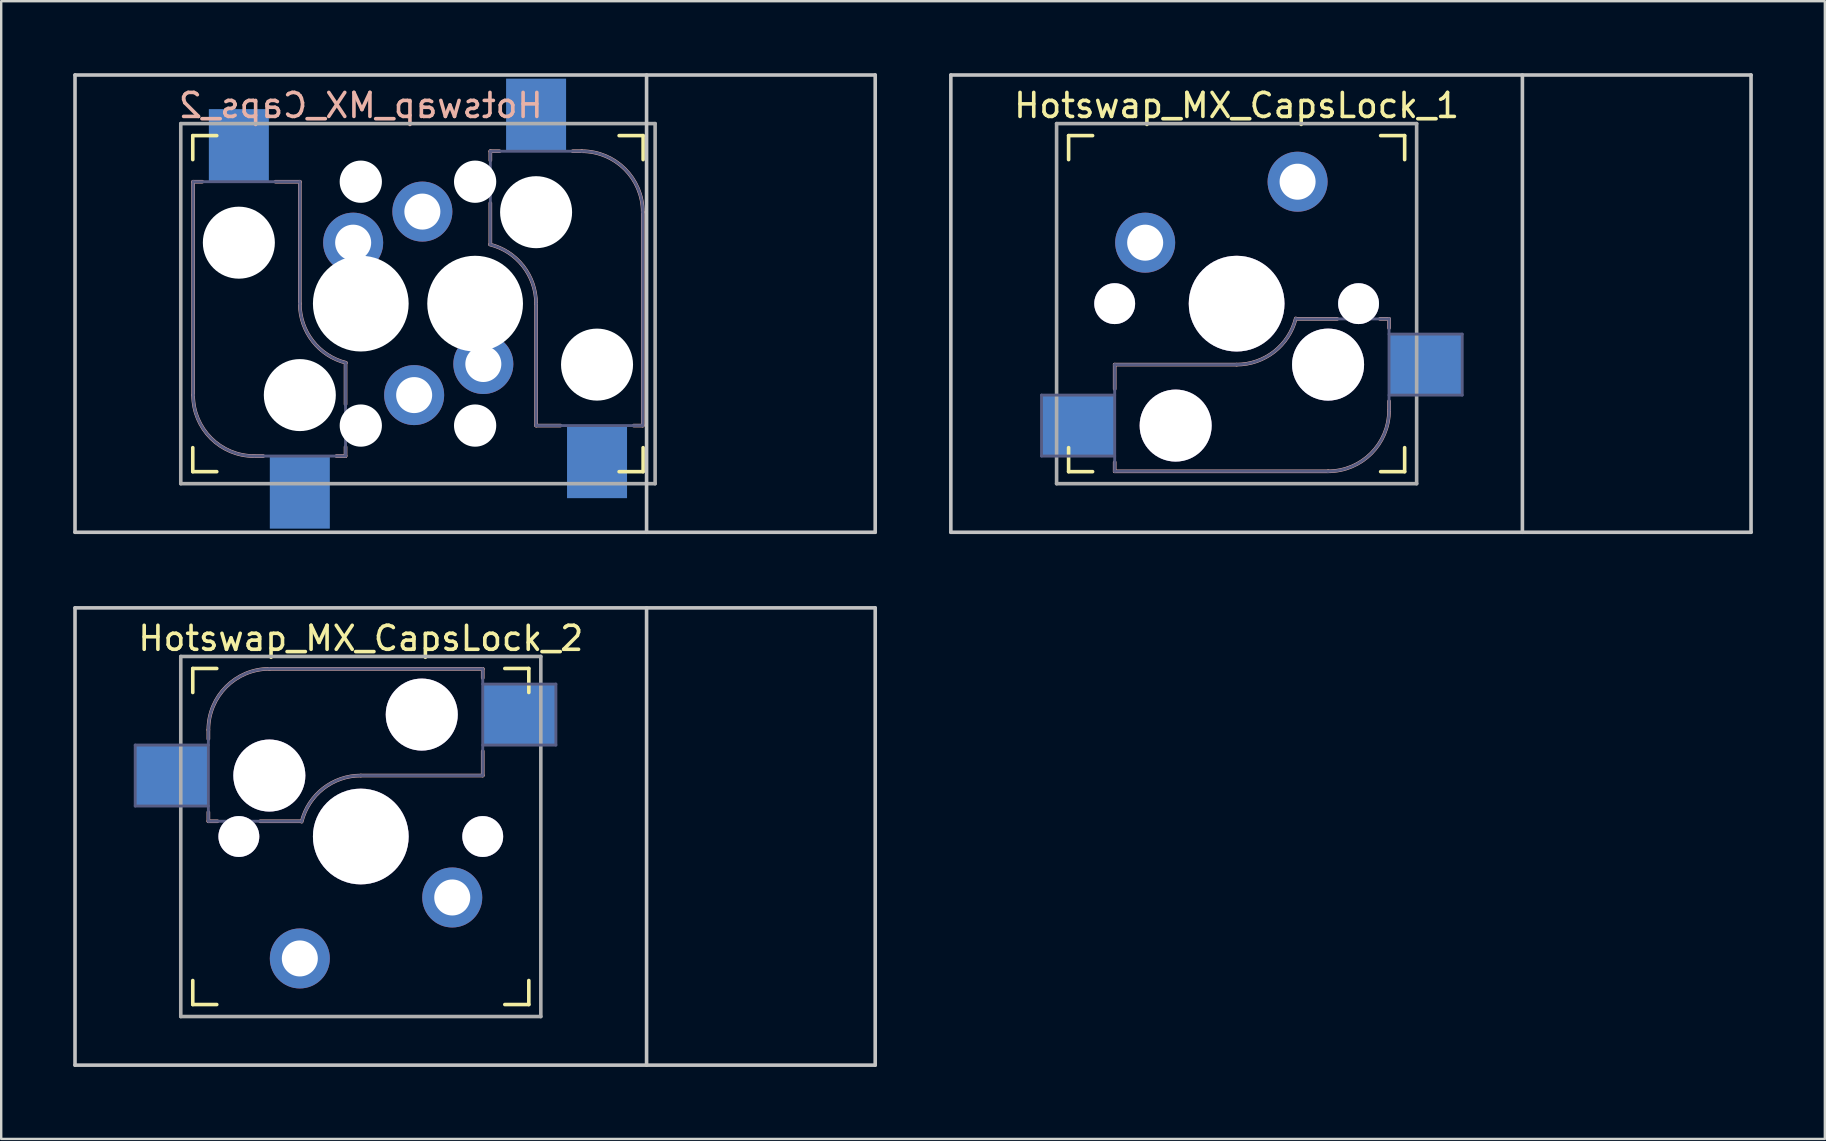
<source format=kicad_pcb>
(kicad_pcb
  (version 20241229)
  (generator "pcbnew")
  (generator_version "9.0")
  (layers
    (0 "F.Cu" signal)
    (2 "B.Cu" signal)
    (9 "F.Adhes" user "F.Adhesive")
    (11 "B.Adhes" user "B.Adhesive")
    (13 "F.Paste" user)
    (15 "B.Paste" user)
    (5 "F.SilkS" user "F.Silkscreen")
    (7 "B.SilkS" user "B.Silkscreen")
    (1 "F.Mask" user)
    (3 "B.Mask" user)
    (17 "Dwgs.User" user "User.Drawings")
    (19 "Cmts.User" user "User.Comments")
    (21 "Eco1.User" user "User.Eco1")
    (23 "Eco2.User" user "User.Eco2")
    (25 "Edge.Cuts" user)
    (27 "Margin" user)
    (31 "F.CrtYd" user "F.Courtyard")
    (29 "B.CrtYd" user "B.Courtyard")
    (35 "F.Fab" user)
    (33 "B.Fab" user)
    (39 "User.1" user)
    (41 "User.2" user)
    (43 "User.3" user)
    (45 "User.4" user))
  (footprint "Hotswap_MX_CapsLock_2"
    (layer "F.Cu")
    (at 11.981 31.8)
    (property "Reference" "Hotswap_MX_CapsLock_2" (at 0 -8.255 0) (layer "F.SilkS") (effects (font (size 1 1) (thickness 0.15))))
    (attr through_hole)
    (fp_line (start -7 -6) (end -7 -7) (stroke (width 0.15) (type solid)) (layer "F.SilkS"))
    (fp_line (start -7 7) (end -7 6) (stroke (width 0.15) (type solid)) (layer "F.SilkS"))
    (fp_line (start -7 7) (end -6 7) (stroke (width 0.15) (type solid)) (layer "F.SilkS"))
    (fp_line (start -6 -7) (end -7 -7) (stroke (width 0.15) (type solid)) (layer "F.SilkS"))
    (fp_line (start 6 7) (end 7 7) (stroke (width 0.15) (type solid)) (layer "F.SilkS"))
    (fp_line (start 7 -7) (end 6 -7) (stroke (width 0.15) (type solid)) (layer "F.SilkS"))
    (fp_line (start 7 -7) (end 7 -6) (stroke (width 0.15) (type solid)) (layer "F.SilkS"))
    (fp_line (start 7 6) (end 7 7) (stroke (width 0.15) (type solid)) (layer "F.SilkS"))
    (fp_line (start -6.35 -4.445) (end -6.35 -4.064) (stroke (width 0.15) (type solid)) (layer "B.SilkS"))
    (fp_line (start -6.35 -1.016) (end -6.35 -0.635) (stroke (width 0.15) (type solid)) (layer "B.SilkS"))
    (fp_line (start -6.35 -0.635) (end -5.969 -0.635) (stroke (width 0.15) (type solid)) (layer "B.SilkS"))
    (fp_line (start -4.191 -0.635) (end -2.54 -0.635) (stroke (width 0.15) (type solid)) (layer "B.SilkS"))
    (fp_line (start 0 -2.54) (end 5.08 -2.54) (stroke (width 0.15) (type solid)) (layer "B.SilkS"))
    (fp_line (start 5.08 -6.985) (end -3.81 -6.985) (stroke (width 0.15) (type solid)) (layer "B.SilkS"))
    (fp_line (start 5.08 -6.604) (end 5.08 -6.985) (stroke (width 0.15) (type solid)) (layer "B.SilkS"))
    (fp_line (start 5.08 -2.54) (end 5.08 -3.556) (stroke (width 0.15) (type solid)) (layer "B.SilkS"))
    (fp_arc (start -6.35 -4.445) (mid -5.606051 -6.241051) (end -3.81 -6.985) (stroke (width 0.15) (type solid)) (layer "B.SilkS"))
    (fp_arc (start -2.464162 -0.61604) (mid -1.563147 -2.002042) (end 0 -2.54) (stroke (width 0.15) (type solid)) (layer "B.SilkS"))
    (fp_line (start -11.906 -9.525) (end 21.431 -9.525) (stroke (width 0.15) (type solid)) (layer "Dwgs.User"))
    (fp_line (start -11.906 9.525) (end -11.906 -9.525) (stroke (width 0.15) (type solid)) (layer "Dwgs.User"))
    (fp_line (start -11.906 9.525) (end 21.431 9.525) (stroke (width 0.15) (type solid)) (layer "Dwgs.User"))
    (fp_line (start 11.906 -9.525) (end 11.906 9.525) (stroke (width 0.15) (type solid)) (layer "Dwgs.User"))
    (fp_line (start 21.431 -9.525) (end 21.431 9.525) (stroke (width 0.15) (type solid)) (layer "Dwgs.User"))
    (fp_line (start -6.9 6.9) (end -6.9 -6.9) (stroke (width 0.15) (type solid)) (layer "Eco2.User"))
    (fp_line (start -6.9 6.9) (end 6.9 6.9) (stroke (width 0.15) (type solid)) (layer "Eco2.User"))
    (fp_line (start 6.9 -6.9) (end -6.9 -6.9) (stroke (width 0.15) (type solid)) (layer "Eco2.User"))
    (fp_line (start 6.9 -6.9) (end 6.9 6.9) (stroke (width 0.15) (type solid)) (layer "Eco2.User"))
    (fp_line (start -9.398 -3.81) (end -9.398 -1.27) (stroke (width 0.12) (type solid)) (layer "B.Fab"))
    (fp_line (start -9.398 -1.27) (end -6.35 -1.27) (stroke (width 0.12) (type solid)) (layer "B.Fab"))
    (fp_line (start -6.35 -4.445) (end -6.35 -0.635) (stroke (width 0.12) (type solid)) (layer "B.Fab"))
    (fp_line (start -6.35 -3.81) (end -9.398 -3.81) (stroke (width 0.12) (type solid)) (layer "B.Fab"))
    (fp_line (start -6.35 -0.635) (end -2.54 -0.635) (stroke (width 0.12) (type solid)) (layer "B.Fab"))
    (fp_line (start 0 -2.54) (end 5.08 -2.54) (stroke (width 0.12) (type solid)) (layer "B.Fab"))
    (fp_line (start 5.08 -6.985) (end -3.81 -6.985) (stroke (width 0.12) (type solid)) (layer "B.Fab"))
    (fp_line (start 5.08 -3.81) (end 8.128 -3.81) (stroke (width 0.12) (type solid)) (layer "B.Fab"))
    (fp_line (start 5.08 -2.54) (end 5.08 -6.985) (stroke (width 0.12) (type solid)) (layer "B.Fab"))
    (fp_line (start 8.128 -6.35) (end 5.08 -6.35) (stroke (width 0.12) (type solid)) (layer "B.Fab"))
    (fp_line (start 8.128 -3.81) (end 8.128 -6.35) (stroke (width 0.12) (type solid)) (layer "B.Fab"))
    (fp_arc (start -6.35 -4.445) (mid -5.606051 -6.241051) (end -3.81 -6.985) (stroke (width 0.12) (type solid)) (layer "B.Fab"))
    (fp_arc (start -2.464162 -0.61604) (mid -1.563147 -2.002042) (end 0 -2.54) (stroke (width 0.12) (type solid)) (layer "B.Fab"))
    (fp_line (start -7.5 -7.5) (end 7.5 -7.5) (stroke (width 0.15) (type solid)) (layer "F.Fab"))
    (fp_line (start -7.5 7.5) (end -7.5 -7.5) (stroke (width 0.15) (type solid)) (layer "F.Fab"))
    (fp_line (start 7.5 -7.5) (end 7.5 7.5) (stroke (width 0.15) (type solid)) (layer "F.Fab"))
    (fp_line (start 7.5 7.5) (end -7.5 7.5) (stroke (width 0.15) (type solid)) (layer "F.Fab"))
    (pad "" thru_hole circle (at -5.08 0 180) (size 1.702 1.702) (drill 1.702) (layers "*.Cu" "*.Mask"))
    (pad "" thru_hole circle (at -3.81 -2.54 180) (size 3 3) (drill 3) (layers "*.Cu" "*.Mask"))
    (pad "" thru_hole circle (at 0 0 180) (size 3.988 3.988) (drill 3.988) (layers "*.Cu" "*.Mask"))
    (pad "" thru_hole circle (at 2.54 -5.08 180) (size 3 3) (drill 3) (layers "*.Cu" "*.Mask"))
    (pad "" thru_hole circle (at 5.08 0 180) (size 1.702 1.702) (drill 1.702) (layers "*.Cu" "*.Mask"))
    (pad "1" thru_hole circle (at -2.54 5.08 180) (size 2.5 2.5) (drill 1.5) (layers "*.Cu" "*.Mask"))
    (pad "1" smd rect (at 6.604 -5.08 180) (size 3 2.5) (layers "B.Cu" "B.Mask" "B.Paste"))
    (pad "2" smd rect (at -7.874 -2.54 180) (size 3 2.5) (layers "B.Cu" "B.Mask" "B.Paste"))
    (pad "2" thru_hole circle (at 3.81 2.54 180) (size 2.5 2.5) (drill 1.5) (layers "*.Cu" "*.Mask")))
  (footprint "Hotswap_MX_Caps_2"
    (layer "F.Cu")
    (at 11.981 9.6)
    (property "Reference" "Hotswap_MX_Caps_2" (at 0 -8.255 0) (layer "B.SilkS") (effects (font (size 1 1) (thickness 0.15)) (justify mirror)))
    (attr through_hole)
    (fp_line (start -7 -6) (end -7 -7) (stroke (width 0.15) (type solid)) (layer "F.SilkS"))
    (fp_line (start -7 7) (end -7 6) (stroke (width 0.15) (type solid)) (layer "F.SilkS"))
    (fp_line (start -7 7) (end -6 7) (stroke (width 0.15) (type solid)) (layer "F.SilkS"))
    (fp_line (start -6 -7) (end -7 -7) (stroke (width 0.15) (type solid)) (layer "F.SilkS"))
    (fp_line (start 10.762 7) (end 11.762 7) (stroke (width 0.15) (type solid)) (layer "F.SilkS"))
    (fp_line (start 11.762 -7) (end 10.762 -7) (stroke (width 0.15) (type solid)) (layer "F.SilkS"))
    (fp_line (start 11.762 -7) (end 11.762 -6) (stroke (width 0.15) (type solid)) (layer "F.SilkS"))
    (fp_line (start 11.762 6) (end 11.762 7) (stroke (width 0.15) (type solid)) (layer "F.SilkS"))
    (fp_line (start -6.985 -5.08) (end -6.985 3.81) (stroke (width 0.15) (type solid)) (layer "B.SilkS"))
    (fp_line (start -6.604 -5.08) (end -6.985 -5.08) (stroke (width 0.15) (type solid)) (layer "B.SilkS"))
    (fp_line (start -4.445 6.35) (end -4.064 6.35) (stroke (width 0.15) (type solid)) (layer "B.SilkS"))
    (fp_line (start -2.54 -5.08) (end -3.556 -5.08) (stroke (width 0.15) (type solid)) (layer "B.SilkS"))
    (fp_line (start -2.54 0) (end -2.54 -5.08) (stroke (width 0.15) (type solid)) (layer "B.SilkS"))
    (fp_line (start -1.016 6.35) (end -0.635 6.35) (stroke (width 0.15) (type solid)) (layer "B.SilkS"))
    (fp_line (start -0.635 4.191) (end -0.635 2.54) (stroke (width 0.15) (type solid)) (layer "B.SilkS"))
    (fp_line (start -0.635 6.35) (end -0.635 5.969) (stroke (width 0.15) (type solid)) (layer "B.SilkS"))
    (fp_line (start 5.397 -6.35) (end 5.397 -5.969) (stroke (width 0.15) (type solid)) (layer "B.SilkS"))
    (fp_line (start 5.397 -4.191) (end 5.397 -2.54) (stroke (width 0.15) (type solid)) (layer "B.SilkS"))
    (fp_line (start 5.779 -6.35) (end 5.397 -6.35) (stroke (width 0.15) (type solid)) (layer "B.SilkS"))
    (fp_line (start 7.303 0) (end 7.303 5.08) (stroke (width 0.15) (type solid)) (layer "B.SilkS"))
    (fp_line (start 7.303 5.08) (end 8.319 5.08) (stroke (width 0.15) (type solid)) (layer "B.SilkS"))
    (fp_line (start 9.207 -6.35) (end 8.826 -6.35) (stroke (width 0.15) (type solid)) (layer "B.SilkS"))
    (fp_line (start 11.367 5.08) (end 11.748 5.08) (stroke (width 0.15) (type solid)) (layer "B.SilkS"))
    (fp_line (start 11.748 5.08) (end 11.748 -3.81) (stroke (width 0.15) (type solid)) (layer "B.SilkS"))
    (fp_arc (start -4.445 6.35) (mid -6.241051 5.606051) (end -6.985 3.81) (stroke (width 0.15) (type solid)) (layer "B.SilkS"))
    (fp_arc (start -0.61604 2.464162) (mid -2.002042 1.563147) (end -2.54 0) (stroke (width 0.15) (type solid)) (layer "B.SilkS"))
    (fp_arc (start 5.37854 -2.464162) (mid 6.764542 -1.563147) (end 7.3025 0) (stroke (width 0.15) (type solid)) (layer "B.SilkS"))
    (fp_arc (start 9.2075 -6.35) (mid 11.003551 -5.606051) (end 11.7475 -3.81) (stroke (width 0.15) (type solid)) (layer "B.SilkS"))
    (fp_line (start -11.906 9.525) (end -11.906 -9.525) (stroke (width 0.15) (type solid)) (layer "Dwgs.User"))
    (fp_line (start 11.906 -9.525) (end 11.906 9.525) (stroke (width 0.15) (type solid)) (layer "Dwgs.User"))
    (fp_line (start 21.431 -9.525) (end -11.906 -9.525) (stroke (width 0.15) (type solid)) (layer "Dwgs.User"))
    (fp_line (start 21.431 -9.525) (end 21.431 9.525) (stroke (width 0.15) (type solid)) (layer "Dwgs.User"))
    (fp_line (start 21.431 9.525) (end -11.906 9.525) (stroke (width 0.15) (type solid)) (layer "Dwgs.User"))
    (fp_line (start -6.9 6.9) (end -6.9 -6.9) (stroke (width 0.15) (type solid)) (layer "Eco2.User"))
    (fp_line (start -6.9 6.9) (end 6.9 6.9) (stroke (width 0.15) (type solid)) (layer "Eco2.User"))
    (fp_line (start -2.138 6.9) (end 11.662 6.9) (stroke (width 0.15) (type solid)) (layer "Eco2.User"))
    (fp_line (start 6.9 -6.9) (end -6.9 -6.9) (stroke (width 0.15) (type solid)) (layer "Eco2.User"))
    (fp_line (start 11.662 -6.9) (end -2.138 -6.9) (stroke (width 0.15) (type solid)) (layer "Eco2.User"))
    (fp_line (start 11.662 -6.9) (end 11.662 6.9) (stroke (width 0.15) (type solid)) (layer "Eco2.User"))
    (fp_line (start -6.985 -5.08) (end -6.985 3.81) (stroke (width 0.12) (type solid)) (layer "B.Fab"))
    (fp_line (start -4.445 6.35) (end -0.635 6.35) (stroke (width 0.12) (type solid)) (layer "B.Fab"))
    (fp_line (start -2.54 -5.08) (end -6.985 -5.08) (stroke (width 0.12) (type solid)) (layer "B.Fab"))
    (fp_line (start -2.54 0) (end -2.54 -5.08) (stroke (width 0.12) (type solid)) (layer "B.Fab"))
    (fp_line (start -0.635 6.35) (end -0.635 2.54) (stroke (width 0.12) (type solid)) (layer "B.Fab"))
    (fp_line (start 5.397 -6.35) (end 5.397 -2.54) (stroke (width 0.12) (type solid)) (layer "B.Fab"))
    (fp_line (start 7.303 0) (end 7.303 5.08) (stroke (width 0.12) (type solid)) (layer "B.Fab"))
    (fp_line (start 7.303 5.08) (end 11.748 5.08) (stroke (width 0.12) (type solid)) (layer "B.Fab"))
    (fp_line (start 9.207 -6.35) (end 5.397 -6.35) (stroke (width 0.12) (type solid)) (layer "B.Fab"))
    (fp_line (start 11.748 5.08) (end 11.748 -3.81) (stroke (width 0.12) (type solid)) (layer "B.Fab"))
    (fp_arc (start -4.445 6.35) (mid -6.241051 5.606051) (end -6.985 3.81) (stroke (width 0.12) (type solid)) (layer "B.Fab"))
    (fp_arc (start -0.61604 2.464162) (mid -2.002042 1.563147) (end -2.54 0) (stroke (width 0.12) (type solid)) (layer "B.Fab"))
    (fp_arc (start 5.37854 -2.464162) (mid 6.764542 -1.563147) (end 7.3025 0) (stroke (width 0.12) (type solid)) (layer "B.Fab"))
    (fp_arc (start 9.2075 -6.35) (mid 11.003551 -5.606051) (end 11.7475 -3.81) (stroke (width 0.12) (type solid)) (layer "B.Fab"))
    (fp_line (start -7.5 -7.5) (end 12.262 -7.5) (stroke (width 0.15) (type solid)) (layer "F.Fab"))
    (fp_line (start -7.5 7.5) (end -7.5 -7.5) (stroke (width 0.15) (type solid)) (layer "F.Fab"))
    (fp_line (start 12.262 -7.5) (end 12.262 7.5) (stroke (width 0.15) (type solid)) (layer "F.Fab"))
    (fp_line (start 12.262 7.5) (end -7.5 7.5) (stroke (width 0.15) (type solid)) (layer "F.Fab"))
    (pad "" np_thru_hole circle (at -5.08 -2.54 270) (size 3 3) (drill 3) (layers "*.Cu" "*.Mask"))
    (pad "" np_thru_hole circle (at -2.54 3.81 270) (size 3 3) (drill 3) (layers "*.Cu" "*.Mask"))
    (pad "" np_thru_hole circle (at 0 -5.08 270) (size 1.76 1.76) (drill 1.76) (layers "*.Cu" "*.Mask"))
    (pad "" np_thru_hole circle (at 0 0 270) (size 3.988 3.988) (drill 3.988) (layers "*.Cu" "*.Mask"))
    (pad "" np_thru_hole circle (at 0 5.08 270) (size 1.76 1.76) (drill 1.76) (layers "*.Cu" "*.Mask"))
    (pad "" np_thru_hole circle (at 4.763 -5.08 90) (size 1.76 1.76) (drill 1.76) (layers "*.Cu" "*.Mask"))
    (pad "" np_thru_hole circle (at 4.763 0 90) (size 3.988 3.988) (drill 3.988) (layers "*.Cu" "*.Mask"))
    (pad "" np_thru_hole circle (at 4.763 5.08 90) (size 1.76 1.76) (drill 1.76) (layers "*.Cu" "*.Mask"))
    (pad "" np_thru_hole circle (at 7.303 -3.81 90) (size 3 3) (drill 3) (layers "*.Cu" "*.Mask"))
    (pad "" np_thru_hole circle (at 9.842 2.54 90) (size 3 3) (drill 3) (layers "*.Cu" "*.Mask"))
    (pad "1" smd rect (at -5.08 -6.604 270) (size 3 2.5) (layers "B.Cu" "B.Mask"))
    (pad "1" thru_hole circle (at -0.318 -2.54 180) (size 2.5 2.5) (drill 1.5) (layers "*.Cu" "B.Mask"))
    (pad "1" thru_hole circle (at 2.565 -3.835 180) (size 2.5 2.5) (drill 1.5) (layers "*.Cu" "B.Mask"))
    (pad "1" smd rect (at 7.303 -7.874 90) (size 3 2.5) (layers "B.Cu" "B.Mask"))
    (pad "2" smd rect (at -2.54 7.874 270) (size 3 2.5) (layers "B.Cu" "B.Mask"))
    (pad "2" thru_hole circle (at 2.223 3.81 180) (size 2.5 2.5) (drill 1.5) (layers "*.Cu" "B.Mask"))
    (pad "2" thru_hole circle (at 5.105 2.515 180) (size 2.5 2.5) (drill 1.5) (layers "*.Cu" "B.Mask"))
    (pad "2" smd rect (at 9.842 6.604 90) (size 3 2.5) (layers "B.Cu" "B.Mask")))
  (footprint "Hotswap_MX_CapsLock_1"
    (layer "F.Cu")
    (at 48.469 9.6)
    (property "Reference" "Hotswap_MX_CapsLock_1" (at 0 -8.255 0) (layer "F.SilkS") (effects (font (size 1 1) (thickness 0.15))))
    (attr through_hole)
    (fp_line (start -7 -6) (end -7 -7) (stroke (width 0.15) (type solid)) (layer "F.SilkS"))
    (fp_line (start -7 7) (end -7 6) (stroke (width 0.15) (type solid)) (layer "F.SilkS"))
    (fp_line (start -7 7) (end -6 7) (stroke (width 0.15) (type solid)) (layer "F.SilkS"))
    (fp_line (start -6 -7) (end -7 -7) (stroke (width 0.15) (type solid)) (layer "F.SilkS"))
    (fp_line (start 6 7) (end 7 7) (stroke (width 0.15) (type solid)) (layer "F.SilkS"))
    (fp_line (start 7 -7) (end 6 -7) (stroke (width 0.15) (type solid)) (layer "F.SilkS"))
    (fp_line (start 7 -7) (end 7 -6) (stroke (width 0.15) (type solid)) (layer "F.SilkS"))
    (fp_line (start 7 6) (end 7 7) (stroke (width 0.15) (type solid)) (layer "F.SilkS"))
    (fp_line (start -5.08 2.54) (end -5.08 3.556) (stroke (width 0.15) (type solid)) (layer "B.SilkS"))
    (fp_line (start -5.08 6.604) (end -5.08 6.985) (stroke (width 0.15) (type solid)) (layer "B.SilkS"))
    (fp_line (start -5.08 6.985) (end 3.81 6.985) (stroke (width 0.15) (type solid)) (layer "B.SilkS"))
    (fp_line (start 0 2.54) (end -5.08 2.54) (stroke (width 0.15) (type solid)) (layer "B.SilkS"))
    (fp_line (start 4.191 0.635) (end 2.54 0.635) (stroke (width 0.15) (type solid)) (layer "B.SilkS"))
    (fp_line (start 6.35 0.635) (end 5.969 0.635) (stroke (width 0.15) (type solid)) (layer "B.SilkS"))
    (fp_line (start 6.35 1.016) (end 6.35 0.635) (stroke (width 0.15) (type solid)) (layer "B.SilkS"))
    (fp_line (start 6.35 4.445) (end 6.35 4.064) (stroke (width 0.15) (type solid)) (layer "B.SilkS"))
    (fp_arc (start 2.464162 0.61604) (mid 1.563147 2.002042) (end 0 2.54) (stroke (width 0.15) (type solid)) (layer "B.SilkS"))
    (fp_arc (start 6.35 4.445) (mid 5.606051 6.241051) (end 3.81 6.985) (stroke (width 0.15) (type solid)) (layer "B.SilkS"))
    (fp_line (start -11.906 -9.525) (end 21.431 -9.525) (stroke (width 0.15) (type solid)) (layer "Dwgs.User"))
    (fp_line (start -11.906 9.525) (end -11.906 -9.525) (stroke (width 0.15) (type solid)) (layer "Dwgs.User"))
    (fp_line (start -11.906 9.525) (end 21.431 9.525) (stroke (width 0.15) (type solid)) (layer "Dwgs.User"))
    (fp_line (start 11.906 -9.525) (end 11.906 9.525) (stroke (width 0.15) (type solid)) (layer "Dwgs.User"))
    (fp_line (start 21.431 -9.525) (end 21.431 9.525) (stroke (width 0.15) (type solid)) (layer "Dwgs.User"))
    (fp_line (start -6.9 6.9) (end -6.9 -6.9) (stroke (width 0.15) (type solid)) (layer "Eco2.User"))
    (fp_line (start -6.9 6.9) (end 6.9 6.9) (stroke (width 0.15) (type solid)) (layer "Eco2.User"))
    (fp_line (start 6.9 -6.9) (end -6.9 -6.9) (stroke (width 0.15) (type solid)) (layer "Eco2.User"))
    (fp_line (start 6.9 -6.9) (end 6.9 6.9) (stroke (width 0.15) (type solid)) (layer "Eco2.User"))
    (fp_line (start -8.128 3.81) (end -8.128 6.35) (stroke (width 0.12) (type solid)) (layer "B.Fab"))
    (fp_line (start -8.128 6.35) (end -5.08 6.35) (stroke (width 0.12) (type solid)) (layer "B.Fab"))
    (fp_line (start -5.08 2.54) (end -5.08 6.985) (stroke (width 0.12) (type solid)) (layer "B.Fab"))
    (fp_line (start -5.08 3.81) (end -8.128 3.81) (stroke (width 0.12) (type solid)) (layer "B.Fab"))
    (fp_line (start -5.08 6.985) (end 3.81 6.985) (stroke (width 0.12) (type solid)) (layer "B.Fab"))
    (fp_line (start 0 2.54) (end -5.08 2.54) (stroke (width 0.12) (type solid)) (layer "B.Fab"))
    (fp_line (start 6.35 0.635) (end 2.54 0.635) (stroke (width 0.12) (type solid)) (layer "B.Fab"))
    (fp_line (start 6.35 3.81) (end 9.398 3.81) (stroke (width 0.12) (type solid)) (layer "B.Fab"))
    (fp_line (start 6.35 4.445) (end 6.35 0.635) (stroke (width 0.12) (type solid)) (layer "B.Fab"))
    (fp_line (start 9.398 1.27) (end 6.35 1.27) (stroke (width 0.12) (type solid)) (layer "B.Fab"))
    (fp_line (start 9.398 3.81) (end 9.398 1.27) (stroke (width 0.12) (type solid)) (layer "B.Fab"))
    (fp_arc (start 2.464162 0.61604) (mid 1.563147 2.002042) (end 0 2.54) (stroke (width 0.12) (type solid)) (layer "B.Fab"))
    (fp_arc (start 6.35 4.445) (mid 5.606051 6.241051) (end 3.81 6.985) (stroke (width 0.12) (type solid)) (layer "B.Fab"))
    (fp_line (start -7.5 -7.5) (end 7.5 -7.5) (stroke (width 0.15) (type solid)) (layer "F.Fab"))
    (fp_line (start -7.5 7.5) (end -7.5 -7.5) (stroke (width 0.15) (type solid)) (layer "F.Fab"))
    (fp_line (start 7.5 -7.5) (end 7.5 7.5) (stroke (width 0.15) (type solid)) (layer "F.Fab"))
    (fp_line (start 7.5 7.5) (end -7.5 7.5) (stroke (width 0.15) (type solid)) (layer "F.Fab"))
    (pad "" thru_hole circle (at -5.08 0) (size 1.702 1.702) (drill 1.702) (layers "*.Cu" "*.Mask"))
    (pad "" thru_hole circle (at -2.54 5.08) (size 3 3) (drill 3) (layers "*.Cu" "*.Mask"))
    (pad "" thru_hole circle (at 0 0) (size 3.988 3.988) (drill 3.988) (layers "*.Cu" "*.Mask"))
    (pad "" thru_hole circle (at 3.81 2.54) (size 3 3) (drill 3) (layers "*.Cu" "*.Mask"))
    (pad "" thru_hole circle (at 5.08 0) (size 1.702 1.702) (drill 1.702) (layers "*.Cu" "*.Mask"))
    (pad "1" smd rect (at -6.604 5.08) (size 3 2.5) (layers "B.Cu"))
    (pad "1" thru_hole circle (at 2.54 -5.08) (size 2.5 2.5) (drill 1.5) (layers "*.Cu" "*.Mask"))
    (pad "2" thru_hole circle (at -3.81 -2.54) (size 2.5 2.5) (drill 1.5) (layers "*.Cu" "*.Mask"))
    (pad "2" smd rect (at 7.874 2.54) (size 3 2.5) (layers "B.Cu")))
  (gr_rect
    (start -3 -3)
    (end 72.975 44.4)
    (stroke (width 0.1) (type default))
    (fill no)
    (layer "Edge.Cuts")))
</source>
